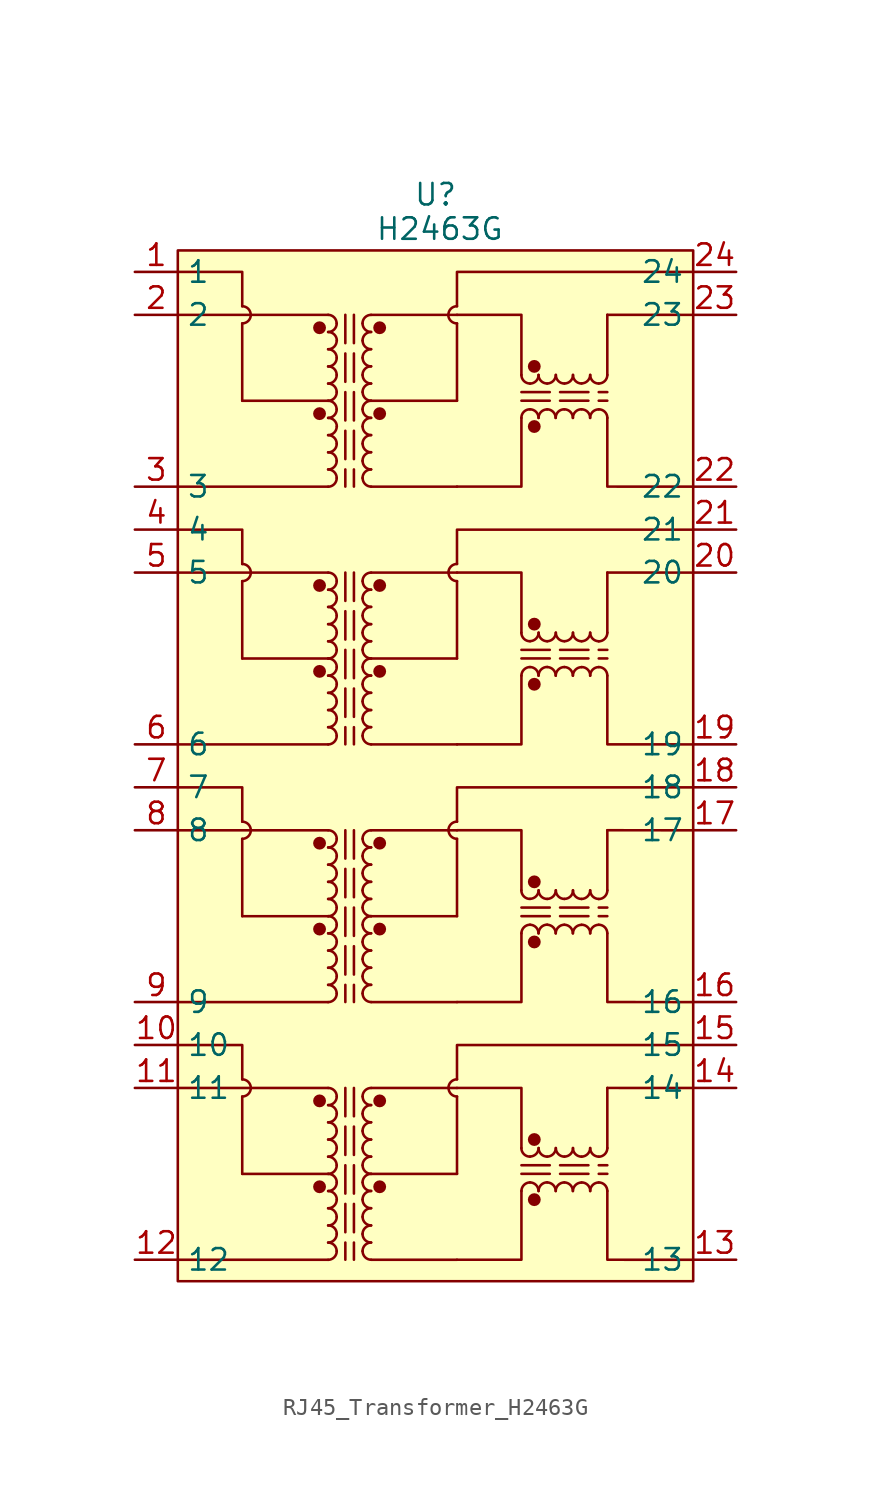
<source format=kicad_sym>
(kicad_symbol_lib
  (version 20231120)
  (generator "kicad_symbol_editor")
  (generator_version "8.0")
  (symbol "RJ45_Transformer_H2463G"
    (property "Reference" "U"
      (at 0 33.782 0)
      (effects (font (size 1.27 1.27))))
    (property "Value" "H2463G"
      (at 0.254 31.75 0)
      (effects (font (size 1.27 1.27))))
    (symbol "RJ45_Transformer_H2463G_0_1"
      (arc (start -6.35 16.512) (mid -5.9908 16.6608) (end -5.842 17.02) (stroke (width 0) (type default)) (fill (type none)))
      (arc (start -6.35 17.528) (mid -5.9908 17.6768) (end -5.842 18.036) (stroke (width 0) (type default)) (fill (type none)))
      (arc (start -6.35 18.542) (mid -5.9908 18.6908) (end -5.842 19.05) (stroke (width 0) (type default)) (fill (type none)))
      (arc (start -6.35 19.56) (mid -5.9908 19.7088) (end -5.842 20.068) (stroke (width 0) (type default)) (fill (type none)))
      (arc (start -6.35 20.576) (mid -5.9908 20.7248) (end -5.842 21.084) (stroke (width 0) (type default)) (fill (type none)))
      (arc (start -6.35 21.592) (mid -5.9908 21.7408) (end -5.842 22.1) (stroke (width 0) (type default)) (fill (type none)))
      (arc (start -6.35 22.608) (mid -5.9908 22.7568) (end -5.842 23.116) (stroke (width 0) (type default)) (fill (type none)))
      (arc (start -6.35 23.622) (mid -5.9908 23.7708) (end -5.842 24.13) (stroke (width 0) (type default)) (fill (type none)))
      (arc (start -6.35 24.64) (mid -5.9908 24.7888) (end -5.842 25.148) (stroke (width 0) (type default)) (fill (type none)))
      (arc (start -6.35 25.656) (mid -5.9908 25.8048) (end -5.842 26.164) (stroke (width 0) (type default)) (fill (type none)))
      (arc (start -6.349 -29.211) (mid -5.9898 -29.0622) (end -5.841 -28.703) (stroke (width 0) (type default)) (fill (type none)))
      (arc (start -6.349 -28.195) (mid -5.9898 -28.0462) (end -5.841 -27.687) (stroke (width 0) (type default)) (fill (type none)))
      (arc (start -6.349 -27.181) (mid -5.9898 -27.0322) (end -5.841 -26.673) (stroke (width 0) (type default)) (fill (type none)))
      (arc (start -6.349 -26.163) (mid -5.9898 -26.0142) (end -5.841 -25.655) (stroke (width 0) (type default)) (fill (type none)))
      (arc (start -6.349 -25.147) (mid -5.9898 -24.9982) (end -5.841 -24.639) (stroke (width 0) (type default)) (fill (type none)))
      (arc (start -6.349 -24.131) (mid -5.9898 -23.9822) (end -5.841 -23.623) (stroke (width 0) (type default)) (fill (type none)))
      (arc (start -6.349 -23.115) (mid -5.9898 -22.9662) (end -5.841 -22.607) (stroke (width 0) (type default)) (fill (type none)))
      (arc (start -6.349 -22.101) (mid -5.9898 -21.9522) (end -5.841 -21.593) (stroke (width 0) (type default)) (fill (type none)))
      (arc (start -6.349 -21.083) (mid -5.9898 -20.9342) (end -5.841 -20.575) (stroke (width 0) (type default)) (fill (type none)))
      (arc (start -6.349 -20.067) (mid -5.9898 -19.9182) (end -5.841 -19.559) (stroke (width 0) (type default)) (fill (type none)))
      (arc (start -6.349 -13.971) (mid -5.9898 -13.8222) (end -5.841 -13.463) (stroke (width 0) (type default)) (fill (type none)))
      (arc (start -6.349 -12.955) (mid -5.9898 -12.8062) (end -5.841 -12.447) (stroke (width 0) (type default)) (fill (type none)))
      (arc (start -6.349 -11.941) (mid -5.9898 -11.7922) (end -5.841 -11.433) (stroke (width 0) (type default)) (fill (type none)))
      (arc (start -6.349 -10.923) (mid -5.9898 -10.7742) (end -5.841 -10.415) (stroke (width 0) (type default)) (fill (type none)))
      (arc (start -6.349 -9.907) (mid -5.9898 -9.7582) (end -5.841 -9.399) (stroke (width 0) (type default)) (fill (type none)))
      (arc (start -6.349 -8.891) (mid -5.9898 -8.7422) (end -5.841 -8.383) (stroke (width 0) (type default)) (fill (type none)))
      (arc (start -6.349 -7.875) (mid -5.9898 -7.7262) (end -5.841 -7.367) (stroke (width 0) (type default)) (fill (type none)))
      (arc (start -6.349 -6.861) (mid -5.9898 -6.7122) (end -5.841 -6.353) (stroke (width 0) (type default)) (fill (type none)))
      (arc (start -6.349 -5.843) (mid -5.9898 -5.6942) (end -5.841 -5.335) (stroke (width 0) (type default)) (fill (type none)))
      (arc (start -6.349 -4.827) (mid -5.9898 -4.6782) (end -5.841 -4.319) (stroke (width 0) (type default)) (fill (type none)))
      (arc (start -6.349 1.269) (mid -5.9898 1.4178) (end -5.841 1.777) (stroke (width 0) (type default)) (fill (type none)))
      (arc (start -6.349 2.285) (mid -5.9898 2.4338) (end -5.841 2.793) (stroke (width 0) (type default)) (fill (type none)))
      (arc (start -6.349 3.299) (mid -5.9898 3.4478) (end -5.841 3.807) (stroke (width 0) (type default)) (fill (type none)))
      (arc (start -6.349 4.317) (mid -5.9898 4.4658) (end -5.841 4.825) (stroke (width 0) (type default)) (fill (type none)))
      (arc (start -6.349 5.333) (mid -5.9898 5.4818) (end -5.841 5.841) (stroke (width 0) (type default)) (fill (type none)))
      (arc (start -6.349 6.349) (mid -5.9898 6.4978) (end -5.841 6.857) (stroke (width 0) (type default)) (fill (type none)))
      (arc (start -6.349 7.365) (mid -5.9898 7.5138) (end -5.841 7.873) (stroke (width 0) (type default)) (fill (type none)))
      (arc (start -6.349 8.379) (mid -5.9898 8.5278) (end -5.841 8.887) (stroke (width 0) (type default)) (fill (type none)))
      (arc (start -6.349 9.397) (mid -5.9898 9.5458) (end -5.841 9.905) (stroke (width 0) (type default)) (fill (type none)))
      (arc (start -6.349 10.413) (mid -5.9898 10.5618) (end -5.841 10.921) (stroke (width 0) (type default)) (fill (type none)))
      (arc (start -5.842 17.02) (mid -5.9908 17.3792) (end -6.35 17.528) (stroke (width 0) (type default)) (fill (type none)))
      (arc (start -5.842 18.036) (mid -5.9894 18.3978) (end -6.35 18.544) (stroke (width 0) (type default)) (fill (type none)))
      (arc (start -5.842 19.05) (mid -5.9908 19.4092) (end -6.35 19.558) (stroke (width 0) (type default)) (fill (type none)))
      (arc (start -5.842 20.068) (mid -5.9901 20.4285) (end -6.35 20.576) (stroke (width 0) (type default)) (fill (type none)))
      (arc (start -5.842 21.084) (mid -5.9905 21.4435) (end -6.35 21.592) (stroke (width 0) (type default)) (fill (type none)))
      (arc (start -5.842 22.1) (mid -5.9908 22.4592) (end -6.35 22.608) (stroke (width 0) (type default)) (fill (type none)))
      (arc (start -5.842 23.116) (mid -5.9894 23.4778) (end -6.35 23.624) (stroke (width 0) (type default)) (fill (type none)))
      (arc (start -5.842 24.13) (mid -5.9908 24.4892) (end -6.35 24.638) (stroke (width 0) (type default)) (fill (type none)))
      (arc (start -5.842 25.148) (mid -5.9901 25.5085) (end -6.35 25.656) (stroke (width 0) (type default)) (fill (type none)))
      (arc (start -5.842 26.164) (mid -5.9905 26.5235) (end -6.35 26.672) (stroke (width 0) (type default)) (fill (type none)))
      (arc (start -5.841 -28.703) (mid -5.9898 -28.3438) (end -6.349 -28.195) (stroke (width 0) (type default)) (fill (type none)))
      (arc (start -5.841 -27.687) (mid -5.9884 -27.3252) (end -6.349 -27.179) (stroke (width 0) (type default)) (fill (type none)))
      (arc (start -5.841 -26.673) (mid -5.9898 -26.3138) (end -6.349 -26.165) (stroke (width 0) (type default)) (fill (type none)))
      (arc (start -5.841 -25.655) (mid -5.9891 -25.2945) (end -6.349 -25.147) (stroke (width 0) (type default)) (fill (type none)))
      (arc (start -5.841 -24.639) (mid -5.9895 -24.2795) (end -6.349 -24.131) (stroke (width 0) (type default)) (fill (type none)))
      (arc (start -5.841 -23.623) (mid -5.9898 -23.2638) (end -6.349 -23.115) (stroke (width 0) (type default)) (fill (type none)))
      (arc (start -5.841 -22.607) (mid -5.9884 -22.2452) (end -6.349 -22.099) (stroke (width 0) (type default)) (fill (type none)))
      (arc (start -5.841 -21.593) (mid -5.9898 -21.2338) (end -6.349 -21.085) (stroke (width 0) (type default)) (fill (type none)))
      (arc (start -5.841 -20.575) (mid -5.9891 -20.2145) (end -6.349 -20.067) (stroke (width 0) (type default)) (fill (type none)))
      (arc (start -5.841 -19.559) (mid -5.9895 -19.1995) (end -6.349 -19.051) (stroke (width 0) (type default)) (fill (type none)))
      (arc (start -5.841 -13.463) (mid -5.9898 -13.1038) (end -6.349 -12.955) (stroke (width 0) (type default)) (fill (type none)))
      (arc (start -5.841 -12.447) (mid -5.9884 -12.0852) (end -6.349 -11.939) (stroke (width 0) (type default)) (fill (type none)))
      (arc (start -5.841 -11.433) (mid -5.9898 -11.0738) (end -6.349 -10.925) (stroke (width 0) (type default)) (fill (type none)))
      (arc (start -5.841 -10.415) (mid -5.9891 -10.0545) (end -6.349 -9.907) (stroke (width 0) (type default)) (fill (type none)))
      (arc (start -5.841 -9.399) (mid -5.9895 -9.0395) (end -6.349 -8.891) (stroke (width 0) (type default)) (fill (type none)))
      (arc (start -5.841 -8.383) (mid -5.9898 -8.0238) (end -6.349 -7.875) (stroke (width 0) (type default)) (fill (type none)))
      (arc (start -5.841 -7.367) (mid -5.9884 -7.0052) (end -6.349 -6.859) (stroke (width 0) (type default)) (fill (type none)))
      (arc (start -5.841 -6.353) (mid -5.9898 -5.9938) (end -6.349 -5.845) (stroke (width 0) (type default)) (fill (type none)))
      (arc (start -5.841 -5.335) (mid -5.9891 -4.9745) (end -6.349 -4.827) (stroke (width 0) (type default)) (fill (type none)))
      (arc (start -5.841 -4.319) (mid -5.9895 -3.9595) (end -6.349 -3.811) (stroke (width 0) (type default)) (fill (type none)))
      (arc (start -5.841 1.777) (mid -5.9898 2.1362) (end -6.349 2.285) (stroke (width 0) (type default)) (fill (type none)))
      (arc (start -5.841 2.793) (mid -5.9884 3.1548) (end -6.349 3.301) (stroke (width 0) (type default)) (fill (type none)))
      (arc (start -5.841 3.807) (mid -5.9898 4.1662) (end -6.349 4.315) (stroke (width 0) (type default)) (fill (type none)))
      (arc (start -5.841 4.825) (mid -5.9891 5.1855) (end -6.349 5.333) (stroke (width 0) (type default)) (fill (type none)))
      (arc (start -5.841 5.841) (mid -5.9895 6.2005) (end -6.349 6.349) (stroke (width 0) (type default)) (fill (type none)))
      (arc (start -5.841 6.857) (mid -5.9898 7.2162) (end -6.349 7.365) (stroke (width 0) (type default)) (fill (type none)))
      (arc (start -5.841 7.873) (mid -5.9884 8.2348) (end -6.349 8.381) (stroke (width 0) (type default)) (fill (type none)))
      (arc (start -5.841 8.887) (mid -5.9898 9.2462) (end -6.349 9.395) (stroke (width 0) (type default)) (fill (type none)))
      (arc (start -5.841 9.905) (mid -5.9891 10.2655) (end -6.349 10.413) (stroke (width 0) (type default)) (fill (type none)))
      (arc (start -5.841 10.921) (mid -5.9895 11.2805) (end -6.349 11.429) (stroke (width 0) (type default)) (fill (type none)))
      (arc (start -4.316 17.02) (mid -4.1672 16.6608) (end -3.808 16.512) (stroke (width 0) (type default)) (fill (type none)))
      (arc (start -4.316 18.036) (mid -4.1672 17.6768) (end -3.808 17.528) (stroke (width 0) (type default)) (fill (type none)))
      (arc (start -4.316 19.05) (mid -4.1672 18.6908) (end -3.808 18.542) (stroke (width 0) (type default)) (fill (type none)))
      (arc (start -4.316 20.068) (mid -4.1672 19.7088) (end -3.808 19.56) (stroke (width 0) (type default)) (fill (type none)))
      (arc (start -4.316 21.084) (mid -4.1672 20.7248) (end -3.808 20.576) (stroke (width 0) (type default)) (fill (type none)))
      (arc (start -4.316 22.1) (mid -4.1672 21.7408) (end -3.808 21.592) (stroke (width 0) (type default)) (fill (type none)))
      (arc (start -4.316 23.116) (mid -4.1672 22.7568) (end -3.808 22.608) (stroke (width 0) (type default)) (fill (type none)))
      (arc (start -4.316 24.13) (mid -4.1672 23.7708) (end -3.808 23.622) (stroke (width 0) (type default)) (fill (type none)))
      (arc (start -4.316 25.148) (mid -4.1672 24.7888) (end -3.808 24.64) (stroke (width 0) (type default)) (fill (type none)))
      (arc (start -4.316 26.164) (mid -4.1672 25.8048) (end -3.808 25.656) (stroke (width 0) (type default)) (fill (type none)))
      (arc (start -4.315 -28.703) (mid -4.1662 -29.0622) (end -3.807 -29.211) (stroke (width 0) (type default)) (fill (type none)))
      (arc (start -4.315 -27.687) (mid -4.1662 -28.0462) (end -3.807 -28.195) (stroke (width 0) (type default)) (fill (type none)))
      (arc (start -4.315 -26.673) (mid -4.1662 -27.0322) (end -3.807 -27.181) (stroke (width 0) (type default)) (fill (type none)))
      (arc (start -4.315 -25.655) (mid -4.1662 -26.0142) (end -3.807 -26.163) (stroke (width 0) (type default)) (fill (type none)))
      (arc (start -4.315 -24.639) (mid -4.1662 -24.9982) (end -3.807 -25.147) (stroke (width 0) (type default)) (fill (type none)))
      (arc (start -4.315 -23.623) (mid -4.1662 -23.9822) (end -3.807 -24.131) (stroke (width 0) (type default)) (fill (type none)))
      (arc (start -4.315 -22.607) (mid -4.1662 -22.9662) (end -3.807 -23.115) (stroke (width 0) (type default)) (fill (type none)))
      (arc (start -4.315 -21.593) (mid -4.1662 -21.9522) (end -3.807 -22.101) (stroke (width 0) (type default)) (fill (type none)))
      (arc (start -4.315 -20.575) (mid -4.1662 -20.9342) (end -3.807 -21.083) (stroke (width 0) (type default)) (fill (type none)))
      (arc (start -4.315 -19.559) (mid -4.1662 -19.9182) (end -3.807 -20.067) (stroke (width 0) (type default)) (fill (type none)))
      (arc (start -4.315 -13.463) (mid -4.1662 -13.8222) (end -3.807 -13.971) (stroke (width 0) (type default)) (fill (type none)))
      (arc (start -4.315 -12.447) (mid -4.1662 -12.8062) (end -3.807 -12.955) (stroke (width 0) (type default)) (fill (type none)))
      (arc (start -4.315 -11.433) (mid -4.1662 -11.7922) (end -3.807 -11.941) (stroke (width 0) (type default)) (fill (type none)))
      (arc (start -4.315 -10.415) (mid -4.1662 -10.7742) (end -3.807 -10.923) (stroke (width 0) (type default)) (fill (type none)))
      (arc (start -4.315 -9.399) (mid -4.1662 -9.7582) (end -3.807 -9.907) (stroke (width 0) (type default)) (fill (type none)))
      (arc (start -4.315 -8.383) (mid -4.1662 -8.7422) (end -3.807 -8.891) (stroke (width 0) (type default)) (fill (type none)))
      (arc (start -4.315 -7.367) (mid -4.1662 -7.7262) (end -3.807 -7.875) (stroke (width 0) (type default)) (fill (type none)))
      (arc (start -4.315 -6.353) (mid -4.1662 -6.7122) (end -3.807 -6.861) (stroke (width 0) (type default)) (fill (type none)))
      (arc (start -4.315 -5.335) (mid -4.1662 -5.6942) (end -3.807 -5.843) (stroke (width 0) (type default)) (fill (type none)))
      (arc (start -4.315 -4.319) (mid -4.1662 -4.6782) (end -3.807 -4.827) (stroke (width 0) (type default)) (fill (type none)))
      (arc (start -4.315 1.777) (mid -4.1662 1.4178) (end -3.807 1.269) (stroke (width 0) (type default)) (fill (type none)))
      (arc (start -4.315 2.793) (mid -4.1662 2.4338) (end -3.807 2.285) (stroke (width 0) (type default)) (fill (type none)))
      (arc (start -4.315 3.807) (mid -4.1662 3.4478) (end -3.807 3.299) (stroke (width 0) (type default)) (fill (type none)))
      (arc (start -4.315 4.825) (mid -4.1662 4.4658) (end -3.807 4.317) (stroke (width 0) (type default)) (fill (type none)))
      (arc (start -4.315 5.841) (mid -4.1662 5.4818) (end -3.807 5.333) (stroke (width 0) (type default)) (fill (type none)))
      (arc (start -4.315 6.857) (mid -4.1662 6.4978) (end -3.807 6.349) (stroke (width 0) (type default)) (fill (type none)))
      (arc (start -4.315 7.873) (mid -4.1662 7.5138) (end -3.807 7.365) (stroke (width 0) (type default)) (fill (type none)))
      (arc (start -4.315 8.887) (mid -4.1662 8.5278) (end -3.807 8.379) (stroke (width 0) (type default)) (fill (type none)))
      (arc (start -4.315 9.905) (mid -4.1662 9.5458) (end -3.807 9.397) (stroke (width 0) (type default)) (fill (type none)))
      (arc (start -4.315 10.921) (mid -4.1662 10.5618) (end -3.807 10.413) (stroke (width 0) (type default)) (fill (type none)))
      (arc (start -3.808 17.528) (mid -4.1672 17.3792) (end -4.316 17.02) (stroke (width 0) (type default)) (fill (type none)))
      (arc (start -3.808 18.544) (mid -4.1658 18.395) (end -4.316 18.036) (stroke (width 0) (type default)) (fill (type none)))
      (arc (start -3.808 19.558) (mid -4.1672 19.4092) (end -4.316 19.05) (stroke (width 0) (type default)) (fill (type none)))
      (arc (start -3.808 20.576) (mid -4.1665 20.4271) (end -4.316 20.068) (stroke (width 0) (type default)) (fill (type none)))
      (arc (start -3.808 21.592) (mid -4.1675 21.4435) (end -4.316 21.084) (stroke (width 0) (type default)) (fill (type none)))
      (arc (start -3.808 22.608) (mid -4.1672 22.4592) (end -4.316 22.1) (stroke (width 0) (type default)) (fill (type none)))
      (arc (start -3.808 23.624) (mid -4.1658 23.475) (end -4.316 23.116) (stroke (width 0) (type default)) (fill (type none)))
      (arc (start -3.808 24.638) (mid -4.1672 24.4892) (end -4.316 24.13) (stroke (width 0) (type default)) (fill (type none)))
      (arc (start -3.808 25.656) (mid -4.1665 25.5071) (end -4.316 25.148) (stroke (width 0) (type default)) (fill (type none)))
      (arc (start -3.808 26.672) (mid -4.1675 26.5235) (end -4.316 26.164) (stroke (width 0) (type default)) (fill (type none)))
      (arc (start -3.807 -28.195) (mid -4.1662 -28.3438) (end -4.315 -28.703) (stroke (width 0) (type default)) (fill (type none)))
      (arc (start -3.807 -27.179) (mid -4.1648 -27.328) (end -4.315 -27.687) (stroke (width 0) (type default)) (fill (type none)))
      (arc (start -3.807 -26.165) (mid -4.1662 -26.3138) (end -4.315 -26.673) (stroke (width 0) (type default)) (fill (type none)))
      (arc (start -3.807 -25.147) (mid -4.1655 -25.2959) (end -4.315 -25.655) (stroke (width 0) (type default)) (fill (type none)))
      (arc (start -3.807 -24.131) (mid -4.1665 -24.2795) (end -4.315 -24.639) (stroke (width 0) (type default)) (fill (type none)))
      (arc (start -3.807 -23.115) (mid -4.1662 -23.2638) (end -4.315 -23.623) (stroke (width 0) (type default)) (fill (type none)))
      (arc (start -3.807 -22.099) (mid -4.1648 -22.248) (end -4.315 -22.607) (stroke (width 0) (type default)) (fill (type none)))
      (arc (start -3.807 -21.085) (mid -4.1662 -21.2338) (end -4.315 -21.593) (stroke (width 0) (type default)) (fill (type none)))
      (arc (start -3.807 -20.067) (mid -4.1655 -20.2159) (end -4.315 -20.575) (stroke (width 0) (type default)) (fill (type none)))
      (arc (start -3.807 -19.051) (mid -4.1665 -19.1995) (end -4.315 -19.559) (stroke (width 0) (type default)) (fill (type none)))
      (arc (start -3.807 -12.955) (mid -4.1662 -13.1038) (end -4.315 -13.463) (stroke (width 0) (type default)) (fill (type none)))
      (arc (start -3.807 -11.939) (mid -4.1648 -12.088) (end -4.315 -12.447) (stroke (width 0) (type default)) (fill (type none)))
      (arc (start -3.807 -10.925) (mid -4.1662 -11.0738) (end -4.315 -11.433) (stroke (width 0) (type default)) (fill (type none)))
      (arc (start -3.807 -9.907) (mid -4.1655 -10.0559) (end -4.315 -10.415) (stroke (width 0) (type default)) (fill (type none)))
      (arc (start -3.807 -8.891) (mid -4.1665 -9.0395) (end -4.315 -9.399) (stroke (width 0) (type default)) (fill (type none)))
      (arc (start -3.807 -7.875) (mid -4.1662 -8.0238) (end -4.315 -8.383) (stroke (width 0) (type default)) (fill (type none)))
      (arc (start -3.807 -6.859) (mid -4.1648 -7.008) (end -4.315 -7.367) (stroke (width 0) (type default)) (fill (type none)))
      (arc (start -3.807 -5.845) (mid -4.1662 -5.9938) (end -4.315 -6.353) (stroke (width 0) (type default)) (fill (type none)))
      (arc (start -3.807 -4.827) (mid -4.1655 -4.9759) (end -4.315 -5.335) (stroke (width 0) (type default)) (fill (type none)))
      (arc (start -3.807 -3.811) (mid -4.1665 -3.9595) (end -4.315 -4.319) (stroke (width 0) (type default)) (fill (type none)))
      (arc (start -3.807 2.285) (mid -4.1662 2.1362) (end -4.315 1.777) (stroke (width 0) (type default)) (fill (type none)))
      (arc (start -3.807 3.301) (mid -4.1648 3.152) (end -4.315 2.793) (stroke (width 0) (type default)) (fill (type none)))
      (arc (start -3.807 4.315) (mid -4.1662 4.1662) (end -4.315 3.807) (stroke (width 0) (type default)) (fill (type none)))
      (arc (start -3.807 5.333) (mid -4.1655 5.1841) (end -4.315 4.825) (stroke (width 0) (type default)) (fill (type none)))
      (arc (start -3.807 6.349) (mid -4.1665 6.2005) (end -4.315 5.841) (stroke (width 0) (type default)) (fill (type none)))
      (arc (start -3.807 7.365) (mid -4.1662 7.2162) (end -4.315 6.857) (stroke (width 0) (type default)) (fill (type none)))
      (arc (start -3.807 8.381) (mid -4.1648 8.232) (end -4.315 7.873) (stroke (width 0) (type default)) (fill (type none)))
      (arc (start -3.807 9.395) (mid -4.1662 9.2462) (end -4.315 8.887) (stroke (width 0) (type default)) (fill (type none)))
      (arc (start -3.807 10.413) (mid -4.1655 10.2641) (end -4.315 9.905) (stroke (width 0) (type default)) (fill (type none)))
      (arc (start -3.807 11.429) (mid -4.1665 11.2805) (end -4.315 10.921) (stroke (width 0) (type default)) (fill (type none)))
      (polyline (pts (xy -6.35 16.51) (xy -15.24 16.51)) (stroke (width 0) (type default)) (fill (type none)))
      (polyline (pts (xy -6.35 21.59) (xy -11.43 21.59)) (stroke (width 0) (type default)) (fill (type none)))
      (polyline (pts (xy -6.35 26.67) (xy -15.24 26.67)) (stroke (width 0) (type default)) (fill (type none)))
      (polyline (pts (xy -6.349 -29.213) (xy -15.239 -29.213)) (stroke (width 0) (type default)) (fill (type none)))
      (polyline (pts (xy -6.349 -24.133) (xy -11.429 -24.133)) (stroke (width 0) (type default)) (fill (type none)))
      (polyline (pts (xy -6.349 -19.053) (xy -15.239 -19.053)) (stroke (width 0) (type default)) (fill (type none)))
      (polyline (pts (xy -6.349 -13.973) (xy -15.239 -13.973)) (stroke (width 0) (type default)) (fill (type none)))
      (polyline (pts (xy -6.349 -8.893) (xy -11.429 -8.893)) (stroke (width 0) (type default)) (fill (type none)))
      (polyline (pts (xy -6.349 -3.813) (xy -15.239 -3.813)) (stroke (width 0) (type default)) (fill (type none)))
      (polyline (pts (xy -6.349 1.267) (xy -15.239 1.267)) (stroke (width 0) (type default)) (fill (type none)))
      (polyline (pts (xy -6.349 6.347) (xy -11.429 6.347)) (stroke (width 0) (type default)) (fill (type none)))
      (polyline (pts (xy -6.349 11.427) (xy -15.239 11.427)) (stroke (width 0) (type default)) (fill (type none)))
      (polyline (pts (xy -5.333 26.673) (xy -5.333 16.513)) (stroke (width 0) (type dash)) (fill (type none)))
      (polyline (pts (xy -5.332 -19.05) (xy -5.332 -29.21)) (stroke (width 0) (type dash)) (fill (type none)))
      (polyline (pts (xy -5.332 -3.81) (xy -5.332 -13.97)) (stroke (width 0) (type dash)) (fill (type none)))
      (polyline (pts (xy -5.332 11.43) (xy -5.332 1.27)) (stroke (width 0) (type dash)) (fill (type none)))
      (polyline (pts (xy -3.808 16.51) (xy 1.272 16.51)) (stroke (width 0) (type default)) (fill (type none)))
      (polyline (pts (xy -3.808 21.59) (xy 1.272 21.59)) (stroke (width 0) (type default)) (fill (type none)))
      (polyline (pts (xy -3.808 26.67) (xy 1.272 26.67)) (stroke (width 0) (type default)) (fill (type none)))
      (polyline (pts (xy -3.807 -29.213) (xy 1.273 -29.213)) (stroke (width 0) (type default)) (fill (type none)))
      (polyline (pts (xy -3.807 -24.133) (xy 1.273 -24.133)) (stroke (width 0) (type default)) (fill (type none)))
      (polyline (pts (xy -3.807 -19.053) (xy 1.273 -19.053)) (stroke (width 0) (type default)) (fill (type none)))
      (polyline (pts (xy -3.807 -13.973) (xy 1.273 -13.973)) (stroke (width 0) (type default)) (fill (type none)))
      (polyline (pts (xy -3.807 -8.893) (xy 1.273 -8.893)) (stroke (width 0) (type default)) (fill (type none)))
      (polyline (pts (xy -3.807 -3.813) (xy 1.273 -3.813)) (stroke (width 0) (type default)) (fill (type none)))
      (polyline (pts (xy -3.807 1.267) (xy 1.273 1.267)) (stroke (width 0) (type default)) (fill (type none)))
      (polyline (pts (xy -3.807 6.347) (xy 1.273 6.347)) (stroke (width 0) (type default)) (fill (type none)))
      (polyline (pts (xy -3.807 11.427) (xy 1.273 11.427)) (stroke (width 0) (type default)) (fill (type none)))
      (polyline (pts (xy 5.081 21.593) (xy 10.161 21.593)) (stroke (width 0) (type dash)) (fill (type none)))
      (polyline (pts (xy 5.082 -24.13) (xy 10.162 -24.13)) (stroke (width 0) (type dash)) (fill (type none)))
      (polyline (pts (xy 5.082 -8.89) (xy 10.162 -8.89)) (stroke (width 0) (type dash)) (fill (type none)))
      (polyline (pts (xy 5.082 6.35) (xy 10.162 6.35)) (stroke (width 0) (type dash)) (fill (type none)))
      (arc (start 5.082 23.118) (mid 5.2305 22.7585) (end 5.59 22.61) (stroke (width 0) (type default)) (fill (type none)))
      (arc (start 5.083 -22.605) (mid 5.2315 -22.9645) (end 5.591 -23.113) (stroke (width 0) (type default)) (fill (type none)))
      (arc (start 5.083 -7.365) (mid 5.2315 -7.7245) (end 5.591 -7.873) (stroke (width 0) (type default)) (fill (type none)))
      (arc (start 5.083 7.875) (mid 5.2315 7.5155) (end 5.591 7.367) (stroke (width 0) (type default)) (fill (type none)))
      (arc (start 5.588 21.084) (mid 5.2288 20.9352) (end 5.08 20.576) (stroke (width 0) (type default)) (fill (type none)))
      (arc (start 5.589 -24.639) (mid 5.2298 -24.7878) (end 5.081 -25.147) (stroke (width 0) (type default)) (fill (type none)))
      (arc (start 5.589 -9.399) (mid 5.2298 -9.5478) (end 5.081 -9.907) (stroke (width 0) (type default)) (fill (type none)))
      (arc (start 5.589 5.841) (mid 5.2298 5.6922) (end 5.081 5.333) (stroke (width 0) (type default)) (fill (type none)))
      (arc (start 5.59 22.61) (mid 5.9492 22.7588) (end 6.098 23.118) (stroke (width 0) (type default)) (fill (type none)))
      (arc (start 5.591 -23.113) (mid 5.9502 -22.9642) (end 6.099 -22.605) (stroke (width 0) (type default)) (fill (type none)))
      (arc (start 5.591 -7.873) (mid 5.9502 -7.7242) (end 6.099 -7.365) (stroke (width 0) (type default)) (fill (type none)))
      (arc (start 5.591 7.367) (mid 5.9502 7.5158) (end 6.099 7.875) (stroke (width 0) (type default)) (fill (type none)))
      (arc (start 6.096 20.576) (mid 5.9472 20.9352) (end 5.588 21.084) (stroke (width 0) (type default)) (fill (type none)))
      (arc (start 6.097 -25.147) (mid 5.9482 -24.7878) (end 5.589 -24.639) (stroke (width 0) (type default)) (fill (type none)))
      (arc (start 6.097 -9.907) (mid 5.9482 -9.5478) (end 5.589 -9.399) (stroke (width 0) (type default)) (fill (type none)))
      (arc (start 6.097 5.333) (mid 5.9482 5.6922) (end 5.589 5.841) (stroke (width 0) (type default)) (fill (type none)))
      (arc (start 6.098 23.118) (mid 6.2469 22.7595) (end 6.606 22.61) (stroke (width 0) (type default)) (fill (type none)))
      (arc (start 6.099 -22.605) (mid 6.2479 -22.9635) (end 6.607 -23.113) (stroke (width 0) (type default)) (fill (type none)))
      (arc (start 6.099 -7.365) (mid 6.2479 -7.7235) (end 6.607 -7.873) (stroke (width 0) (type default)) (fill (type none)))
      (arc (start 6.099 7.875) (mid 6.2479 7.5165) (end 6.607 7.367) (stroke (width 0) (type default)) (fill (type none)))
      (arc (start 6.604 21.084) (mid 6.2448 20.9352) (end 6.096 20.576) (stroke (width 0) (type default)) (fill (type none)))
      (arc (start 6.605 -24.639) (mid 6.2458 -24.7878) (end 6.097 -25.147) (stroke (width 0) (type default)) (fill (type none)))
      (arc (start 6.605 -9.399) (mid 6.2458 -9.5478) (end 6.097 -9.907) (stroke (width 0) (type default)) (fill (type none)))
      (arc (start 6.605 5.841) (mid 6.2458 5.6922) (end 6.097 5.333) (stroke (width 0) (type default)) (fill (type none)))
      (arc (start 6.606 22.61) (mid 6.9652 22.7588) (end 7.114 23.118) (stroke (width 0) (type default)) (fill (type none)))
      (arc (start 6.607 -23.113) (mid 6.9662 -22.9642) (end 7.115 -22.605) (stroke (width 0) (type default)) (fill (type none)))
      (arc (start 6.607 -7.873) (mid 6.9662 -7.7242) (end 7.115 -7.365) (stroke (width 0) (type default)) (fill (type none)))
      (arc (start 6.607 7.367) (mid 6.9662 7.5158) (end 7.115 7.875) (stroke (width 0) (type default)) (fill (type none)))
      (arc (start 7.112 20.576) (mid 6.963 20.9338) (end 6.604 21.084) (stroke (width 0) (type default)) (fill (type none)))
      (arc (start 7.113 -25.147) (mid 6.964 -24.7892) (end 6.605 -24.639) (stroke (width 0) (type default)) (fill (type none)))
      (arc (start 7.113 -9.907) (mid 6.964 -9.5492) (end 6.605 -9.399) (stroke (width 0) (type default)) (fill (type none)))
      (arc (start 7.113 5.333) (mid 6.964 5.6908) (end 6.605 5.841) (stroke (width 0) (type default)) (fill (type none)))
      (arc (start 7.116 23.118) (mid 7.2648 22.7588) (end 7.624 22.61) (stroke (width 0) (type default)) (fill (type none)))
      (arc (start 7.117 -22.605) (mid 7.2658 -22.9642) (end 7.625 -23.113) (stroke (width 0) (type default)) (fill (type none)))
      (arc (start 7.117 -7.365) (mid 7.2658 -7.7242) (end 7.625 -7.873) (stroke (width 0) (type default)) (fill (type none)))
      (arc (start 7.117 7.875) (mid 7.2658 7.5158) (end 7.625 7.367) (stroke (width 0) (type default)) (fill (type none)))
      (arc (start 7.618 21.084) (mid 7.2588 20.9352) (end 7.11 20.576) (stroke (width 0) (type default)) (fill (type none)))
      (arc (start 7.619 -24.639) (mid 7.2598 -24.7878) (end 7.111 -25.147) (stroke (width 0) (type default)) (fill (type none)))
      (arc (start 7.619 -9.399) (mid 7.2598 -9.5478) (end 7.111 -9.907) (stroke (width 0) (type default)) (fill (type none)))
      (arc (start 7.619 5.841) (mid 7.2598 5.6922) (end 7.111 5.333) (stroke (width 0) (type default)) (fill (type none)))
      (arc (start 7.624 22.61) (mid 7.9832 22.7588) (end 8.132 23.118) (stroke (width 0) (type default)) (fill (type none)))
      (arc (start 7.625 -23.113) (mid 7.9842 -22.9642) (end 8.133 -22.605) (stroke (width 0) (type default)) (fill (type none)))
      (arc (start 7.625 -7.873) (mid 7.9842 -7.7242) (end 8.133 -7.365) (stroke (width 0) (type default)) (fill (type none)))
      (arc (start 7.625 7.367) (mid 7.9842 7.5158) (end 8.133 7.875) (stroke (width 0) (type default)) (fill (type none)))
      (arc (start 8.126 20.576) (mid 7.9772 20.9352) (end 7.618 21.084) (stroke (width 0) (type default)) (fill (type none)))
      (arc (start 8.127 -25.147) (mid 7.9782 -24.7878) (end 7.619 -24.639) (stroke (width 0) (type default)) (fill (type none)))
      (arc (start 8.127 -9.907) (mid 7.9782 -9.5478) (end 7.619 -9.399) (stroke (width 0) (type default)) (fill (type none)))
      (arc (start 8.127 5.333) (mid 7.9782 5.6922) (end 7.619 5.841) (stroke (width 0) (type default)) (fill (type none)))
      (arc (start 8.13 23.118) (mid 8.279 22.7602) (end 8.638 22.61) (stroke (width 0) (type default)) (fill (type none)))
      (arc (start 8.131 -22.605) (mid 8.28 -22.9628) (end 8.639 -23.113) (stroke (width 0) (type default)) (fill (type none)))
      (arc (start 8.131 -7.365) (mid 8.28 -7.7228) (end 8.639 -7.873) (stroke (width 0) (type default)) (fill (type none)))
      (arc (start 8.131 7.875) (mid 8.28 7.5172) (end 8.639 7.367) (stroke (width 0) (type default)) (fill (type none)))
      (arc (start 8.636 21.084) (mid 8.2768 20.9352) (end 8.128 20.576) (stroke (width 0) (type default)) (fill (type none)))
      (arc (start 8.637 -24.639) (mid 8.2778 -24.7878) (end 8.129 -25.147) (stroke (width 0) (type default)) (fill (type none)))
      (arc (start 8.637 -9.399) (mid 8.2778 -9.5478) (end 8.129 -9.907) (stroke (width 0) (type default)) (fill (type none)))
      (arc (start 8.637 5.841) (mid 8.2778 5.6922) (end 8.129 5.333) (stroke (width 0) (type default)) (fill (type none)))
      (arc (start 8.638 22.61) (mid 8.9972 22.7588) (end 9.146 23.118) (stroke (width 0) (type default)) (fill (type none)))
      (arc (start 8.639 -23.113) (mid 8.9982 -22.9642) (end 9.147 -22.605) (stroke (width 0) (type default)) (fill (type none)))
      (arc (start 8.639 -7.873) (mid 8.9982 -7.7242) (end 9.147 -7.365) (stroke (width 0) (type default)) (fill (type none)))
      (arc (start 8.639 7.367) (mid 8.9982 7.5158) (end 9.147 7.875) (stroke (width 0) (type default)) (fill (type none)))
      (arc (start 9.144 20.576) (mid 8.9951 20.9345) (end 8.636 21.084) (stroke (width 0) (type default)) (fill (type none)))
      (arc (start 9.145 -25.147) (mid 8.9961 -24.7885) (end 8.637 -24.639) (stroke (width 0) (type default)) (fill (type none)))
      (arc (start 9.145 -9.907) (mid 8.9961 -9.5485) (end 8.637 -9.399) (stroke (width 0) (type default)) (fill (type none)))
      (arc (start 9.145 5.333) (mid 8.9961 5.6915) (end 8.637 5.841) (stroke (width 0) (type default)) (fill (type none)))
      (arc (start 9.146 23.118) (mid 9.2948 22.7588) (end 9.654 22.61) (stroke (width 0) (type default)) (fill (type none)))
      (arc (start 9.147 -22.605) (mid 9.2958 -22.9642) (end 9.655 -23.113) (stroke (width 0) (type default)) (fill (type none)))
      (arc (start 9.147 -7.365) (mid 9.2958 -7.7242) (end 9.655 -7.873) (stroke (width 0) (type default)) (fill (type none)))
      (arc (start 9.147 7.875) (mid 9.2958 7.5158) (end 9.655 7.367) (stroke (width 0) (type default)) (fill (type none)))
      (arc (start 9.652 21.084) (mid 9.2928 20.9352) (end 9.144 20.576) (stroke (width 0) (type default)) (fill (type none)))
      (arc (start 9.653 -24.639) (mid 9.2938 -24.7878) (end 9.145 -25.147) (stroke (width 0) (type default)) (fill (type none)))
      (arc (start 9.653 -9.399) (mid 9.2938 -9.5478) (end 9.145 -9.907) (stroke (width 0) (type default)) (fill (type none)))
      (arc (start 9.653 5.841) (mid 9.2938 5.6922) (end 9.145 5.333) (stroke (width 0) (type default)) (fill (type none)))
      (arc (start 9.654 22.61) (mid 10.0132 22.7588) (end 10.162 23.118) (stroke (width 0) (type default)) (fill (type none)))
      (arc (start 9.655 -23.113) (mid 10.0142 -22.9642) (end 10.163 -22.605) (stroke (width 0) (type default)) (fill (type none)))
      (arc (start 9.655 -7.873) (mid 10.0142 -7.7242) (end 10.163 -7.365) (stroke (width 0) (type default)) (fill (type none)))
      (arc (start 9.655 7.367) (mid 10.0142 7.5158) (end 10.163 7.875) (stroke (width 0) (type default)) (fill (type none)))
      (arc (start 10.16 20.576) (mid 10.0115 20.9355) (end 9.652 21.084) (stroke (width 0) (type default)) (fill (type none)))
      (arc (start 10.161 -25.147) (mid 10.0125 -24.7875) (end 9.653 -24.639) (stroke (width 0) (type default)) (fill (type none)))
      (arc (start 10.161 -9.907) (mid 10.0125 -9.5475) (end 9.653 -9.399) (stroke (width 0) (type default)) (fill (type none)))
      (arc (start 10.161 5.333) (mid 10.0125 5.6925) (end 9.653 5.841) (stroke (width 0) (type default)) (fill (type none))))
    (symbol "RJ45_Transformer_H2463G_1_1"
      (rectangle (start -15.24 30.48) (end 15.24 -30.48) (stroke (width 0) (type default)) (fill (type background)))
      (arc (start -11.431 26.165) (mid -11.0718 26.3138) (end -10.923 26.673) (stroke (width 0) (type default)) (fill (type none)))
      (arc (start -11.43 -19.558) (mid -11.0708 -19.4092) (end -10.922 -19.05) (stroke (width 0) (type default)) (fill (type none)))
      (arc (start -11.43 -4.318) (mid -11.0708 -4.1692) (end -10.922 -3.81) (stroke (width 0) (type default)) (fill (type none)))
      (arc (start -11.43 10.922) (mid -11.0708 11.0708) (end -10.922 11.43) (stroke (width 0) (type default)) (fill (type none)))
      (arc (start -10.923 26.673) (mid -11.0718 27.0322) (end -11.431 27.181) (stroke (width 0) (type default)) (fill (type none)))
      (arc (start -10.922 -19.05) (mid -11.0708 -18.6908) (end -11.43 -18.542) (stroke (width 0) (type default)) (fill (type none)))
      (arc (start -10.922 -3.81) (mid -11.0708 -3.4508) (end -11.43 -3.302) (stroke (width 0) (type default)) (fill (type none)))
      (arc (start -10.922 11.43) (mid -11.0708 11.7892) (end -11.43 11.938) (stroke (width 0) (type default)) (fill (type none)))
      (circle (center -6.858 20.828) (radius 0.0001) (stroke (width 0.381) (type default)) (fill (type none)))
      (circle (center -6.858 25.908) (radius 0.0001) (stroke (width 0.381) (type default)) (fill (type none)))
      (circle (center -6.857 -24.895) (radius 0.0001) (stroke (width 0.381) (type default)) (fill (type none)))
      (circle (center -6.857 -19.815) (radius 0.0001) (stroke (width 0.381) (type default)) (fill (type none)))
      (circle (center -6.857 -9.655) (radius 0.0001) (stroke (width 0.381) (type default)) (fill (type none)))
      (circle (center -6.857 -4.575) (radius 0.0001) (stroke (width 0.381) (type default)) (fill (type none)))
      (circle (center -6.857 5.585) (radius 0.0001) (stroke (width 0.381) (type default)) (fill (type none)))
      (circle (center -6.857 10.665) (radius 0.0001) (stroke (width 0.381) (type default)) (fill (type none)))
      (circle (center -3.302 20.828) (radius 0.0001) (stroke (width 0.381) (type default)) (fill (type none)))
      (circle (center -3.302 25.908) (radius 0.0001) (stroke (width 0.381) (type default)) (fill (type none)))
      (circle (center -3.301 -24.895) (radius 0.0001) (stroke (width 0.381) (type default)) (fill (type none)))
      (circle (center -3.301 -19.815) (radius 0.0001) (stroke (width 0.381) (type default)) (fill (type none)))
      (circle (center -3.301 -9.655) (radius 0.0001) (stroke (width 0.381) (type default)) (fill (type none)))
      (circle (center -3.301 -4.575) (radius 0.0001) (stroke (width 0.381) (type default)) (fill (type none)))
      (circle (center -3.301 5.585) (radius 0.0001) (stroke (width 0.381) (type default)) (fill (type none)))
      (circle (center -3.301 10.665) (radius 0.0001) (stroke (width 0.381) (type default)) (fill (type none)))
      (polyline (pts (xy -11.431 21.593) (xy -11.431 26.165)) (stroke (width 0) (type default)) (fill (type none)))
      (polyline (pts (xy -11.43 -24.13) (xy -11.43 -19.558)) (stroke (width 0) (type default)) (fill (type none)))
      (polyline (pts (xy -11.43 -8.89) (xy -11.43 -4.318)) (stroke (width 0) (type default)) (fill (type none)))
      (polyline (pts (xy -11.43 6.35) (xy -11.43 10.922)) (stroke (width 0) (type default)) (fill (type none)))
      (polyline (pts (xy -4.825 26.673) (xy -4.825 16.513)) (stroke (width 0) (type dash)) (fill (type none)))
      (polyline (pts (xy -4.824 -19.05) (xy -4.824 -29.21)) (stroke (width 0) (type dash)) (fill (type none)))
      (polyline (pts (xy -4.824 -3.81) (xy -4.824 -13.97)) (stroke (width 0) (type dash)) (fill (type none)))
      (polyline (pts (xy -4.824 11.43) (xy -4.824 1.27)) (stroke (width 0) (type dash)) (fill (type none)))
      (polyline (pts (xy 1.271 21.593) (xy 1.271 26.165)) (stroke (width 0) (type default)) (fill (type none)))
      (polyline (pts (xy 1.272 -24.13) (xy 1.272 -19.558)) (stroke (width 0) (type default)) (fill (type none)))
      (polyline (pts (xy 1.272 -8.89) (xy 1.272 -4.318)) (stroke (width 0) (type default)) (fill (type none)))
      (polyline (pts (xy 1.272 6.35) (xy 1.272 10.922)) (stroke (width 0) (type default)) (fill (type none)))
      (polyline (pts (xy 5.081 22.101) (xy 10.161 22.101)) (stroke (width 0) (type dash)) (fill (type none)))
      (polyline (pts (xy 5.082 -23.622) (xy 10.162 -23.622)) (stroke (width 0) (type dash)) (fill (type none)))
      (polyline (pts (xy 5.082 -8.382) (xy 10.162 -8.382)) (stroke (width 0) (type dash)) (fill (type none)))
      (polyline (pts (xy 5.082 6.858) (xy 10.162 6.858)) (stroke (width 0) (type dash)) (fill (type none)))
      (polyline (pts (xy 10.161 23.117) (xy 10.161 26.673)) (stroke (width 0) (type default)) (fill (type none)))
      (polyline (pts (xy 10.161 26.673) (xy 15.24 26.67)) (stroke (width 0) (type default)) (fill (type none)))
      (polyline (pts (xy 10.162 -22.606) (xy 10.162 -19.05)) (stroke (width 0) (type default)) (fill (type none)))
      (polyline (pts (xy 10.162 -19.05) (xy 15.241 -19.053)) (stroke (width 0) (type default)) (fill (type none)))
      (polyline (pts (xy 10.162 -7.366) (xy 10.162 -3.81)) (stroke (width 0) (type default)) (fill (type none)))
      (polyline (pts (xy 10.162 -3.81) (xy 15.241 -3.813)) (stroke (width 0) (type default)) (fill (type none)))
      (polyline (pts (xy 10.162 7.874) (xy 10.162 11.43)) (stroke (width 0) (type default)) (fill (type none)))
      (polyline (pts (xy 10.162 11.43) (xy 15.241 11.427)) (stroke (width 0) (type default)) (fill (type none)))
      (polyline (pts (xy -11.43 27.178) (xy -11.43 29.21) (xy -15.24 29.21)) (stroke (width 0) (type default)) (fill (type none)))
      (polyline (pts (xy -11.429 -18.545) (xy -11.429 -16.513) (xy -15.239 -16.513)) (stroke (width 0) (type default)) (fill (type none)))
      (polyline (pts (xy -11.429 -3.305) (xy -11.429 -1.273) (xy -15.239 -1.273)) (stroke (width 0) (type default)) (fill (type none)))
      (polyline (pts (xy -11.429 11.935) (xy -11.429 13.967) (xy -15.239 13.967)) (stroke (width 0) (type default)) (fill (type none)))
      (polyline (pts (xy 1.27 27.178) (xy 1.27 29.21) (xy 15.24 29.21)) (stroke (width 0) (type default)) (fill (type none)))
      (polyline (pts (xy 1.271 -18.545) (xy 1.271 -16.513) (xy 15.241 -16.513)) (stroke (width 0) (type default)) (fill (type none)))
      (polyline (pts (xy 1.271 -3.305) (xy 1.271 -1.273) (xy 15.241 -1.273)) (stroke (width 0) (type default)) (fill (type none)))
      (polyline (pts (xy 1.271 11.935) (xy 1.271 13.967) (xy 15.241 13.967)) (stroke (width 0) (type default)) (fill (type none)))
      (polyline (pts (xy 5.081 20.577) (xy 5.081 16.513) (xy 1.271 16.513)) (stroke (width 0) (type default)) (fill (type none)))
      (polyline (pts (xy 5.081 23.117) (xy 5.081 26.673) (xy 1.271 26.673)) (stroke (width 0) (type default)) (fill (type none)))
      (polyline (pts (xy 5.082 -25.146) (xy 5.082 -29.21) (xy 1.272 -29.21)) (stroke (width 0) (type default)) (fill (type none)))
      (polyline (pts (xy 5.082 -22.606) (xy 5.082 -19.05) (xy 1.272 -19.05)) (stroke (width 0) (type default)) (fill (type none)))
      (polyline (pts (xy 5.082 -9.906) (xy 5.082 -13.97) (xy 1.272 -13.97)) (stroke (width 0) (type default)) (fill (type none)))
      (polyline (pts (xy 5.082 -7.366) (xy 5.082 -3.81) (xy 1.272 -3.81)) (stroke (width 0) (type default)) (fill (type none)))
      (polyline (pts (xy 5.082 5.334) (xy 5.082 1.27) (xy 1.272 1.27)) (stroke (width 0) (type default)) (fill (type none)))
      (polyline (pts (xy 5.082 7.874) (xy 5.082 11.43) (xy 1.272 11.43)) (stroke (width 0) (type default)) (fill (type none)))
      (polyline (pts (xy 10.161 20.577) (xy 10.161 16.513) (xy 15.24 16.51)) (stroke (width 0) (type default)) (fill (type none)))
      (polyline (pts (xy 10.162 -25.146) (xy 10.162 -29.21) (xy 15.241 -29.213)) (stroke (width 0) (type default)) (fill (type none)))
      (polyline (pts (xy 10.162 -9.906) (xy 10.162 -13.97) (xy 15.241 -13.973)) (stroke (width 0) (type default)) (fill (type none)))
      (polyline (pts (xy 10.162 5.334) (xy 10.162 1.27) (xy 15.241 1.267)) (stroke (width 0) (type default)) (fill (type none)))
      (arc (start 0.763 26.673) (mid 0.9118 26.3138) (end 1.271 26.165) (stroke (width 0) (type default)) (fill (type none)))
      (arc (start 0.764 -19.05) (mid 0.9128 -19.4092) (end 1.272 -19.558) (stroke (width 0) (type default)) (fill (type none)))
      (arc (start 0.764 -3.81) (mid 0.9128 -4.1692) (end 1.272 -4.318) (stroke (width 0) (type default)) (fill (type none)))
      (arc (start 0.764 11.43) (mid 0.9128 11.0708) (end 1.272 10.922) (stroke (width 0) (type default)) (fill (type none)))
      (arc (start 1.271 27.181) (mid 0.9118 27.0322) (end 0.763 26.673) (stroke (width 0) (type default)) (fill (type none)))
      (arc (start 1.272 -18.542) (mid 0.9128 -18.6908) (end 0.764 -19.05) (stroke (width 0) (type default)) (fill (type none)))
      (arc (start 1.272 -3.302) (mid 0.9128 -3.4508) (end 0.764 -3.81) (stroke (width 0) (type default)) (fill (type none)))
      (arc (start 1.272 11.938) (mid 0.9128 11.7892) (end 0.764 11.43) (stroke (width 0) (type default)) (fill (type none)))
      (circle (center 5.842 20.066) (radius 0.0001) (stroke (width 0.381) (type default)) (fill (type none)))
      (circle (center 5.842 23.622) (radius 0.0001) (stroke (width 0.381) (type default)) (fill (type none)))
      (circle (center 5.843 -25.657) (radius 0.0001) (stroke (width 0.381) (type default)) (fill (type none)))
      (circle (center 5.843 -22.101) (radius 0.0001) (stroke (width 0.381) (type default)) (fill (type none)))
      (circle (center 5.843 -10.417) (radius 0.0001) (stroke (width 0.381) (type default)) (fill (type none)))
      (circle (center 5.843 -6.861) (radius 0.0001) (stroke (width 0.381) (type default)) (fill (type none)))
      (circle (center 5.843 4.823) (radius 0.0001) (stroke (width 0.381) (type default)) (fill (type none)))
      (circle (center 5.843 8.379) (radius 0.0001) (stroke (width 0.381) (type default)) (fill (type none)))
      (pin passive line (at -17.78 29.21 0) (length 2.54) (name "1" (effects (font (size 1.27 1.27)))) (number "1" (effects (font (size 1.27 1.27)))))
      (pin passive line (at -17.78 -16.51 0) (length 2.54) (name "10" (effects (font (size 1.27 1.27)))) (number "10" (effects (font (size 1.27 1.27)))))
      (pin passive line (at -17.78 -19.05 0) (length 2.54) (name "11" (effects (font (size 1.27 1.27)))) (number "11" (effects (font (size 1.27 1.27)))))
      (pin passive line (at -17.78 -29.21 0) (length 2.54) (name "12" (effects (font (size 1.27 1.27)))) (number "12" (effects (font (size 1.27 1.27)))))
      (pin passive line (at 17.78 -29.21 180) (length 2.54) (name "13" (effects (font (size 1.27 1.27)))) (number "13" (effects (font (size 1.27 1.27)))))
      (pin passive line (at 17.78 -19.05 180) (length 2.54) (name "14" (effects (font (size 1.27 1.27)))) (number "14" (effects (font (size 1.27 1.27)))))
      (pin passive line (at 17.78 -16.51 180) (length 2.54) (name "15" (effects (font (size 1.27 1.27)))) (number "15" (effects (font (size 1.27 1.27)))))
      (pin passive line (at 17.78 -13.97 180) (length 2.54) (name "16" (effects (font (size 1.27 1.27)))) (number "16" (effects (font (size 1.27 1.27)))))
      (pin passive line (at 17.78 -3.81 180) (length 2.54) (name "17" (effects (font (size 1.27 1.27)))) (number "17" (effects (font (size 1.27 1.27)))))
      (pin passive line (at 17.78 -1.27 180) (length 2.54) (name "18" (effects (font (size 1.27 1.27)))) (number "18" (effects (font (size 1.27 1.27)))))
      (pin passive line (at 17.78 1.27 180) (length 2.54) (name "19" (effects (font (size 1.27 1.27)))) (number "19" (effects (font (size 1.27 1.27)))))
      (pin passive line (at -17.78 26.67 0) (length 2.54) (name "2" (effects (font (size 1.27 1.27)))) (number "2" (effects (font (size 1.27 1.27)))))
      (pin passive line (at 17.78 11.43 180) (length 2.54) (name "20" (effects (font (size 1.27 1.27)))) (number "20" (effects (font (size 1.27 1.27)))))
      (pin passive line (at 17.78 13.97 180) (length 2.54) (name "21" (effects (font (size 1.27 1.27)))) (number "21" (effects (font (size 1.27 1.27)))))
      (pin passive line (at 17.78 16.51 180) (length 2.54) (name "22" (effects (font (size 1.27 1.27)))) (number "22" (effects (font (size 1.27 1.27)))))
      (pin passive line (at 17.78 26.67 180) (length 2.54) (name "23" (effects (font (size 1.27 1.27)))) (number "23" (effects (font (size 1.27 1.27)))))
      (pin passive line (at 17.78 29.21 180) (length 2.54) (name "24" (effects (font (size 1.27 1.27)))) (number "24" (effects (font (size 1.27 1.27)))))
      (pin passive line (at -17.78 16.51 0) (length 2.54) (name "3" (effects (font (size 1.27 1.27)))) (number "3" (effects (font (size 1.27 1.27)))))
      (pin passive line (at -17.78 13.97 0) (length 2.54) (name "4" (effects (font (size 1.27 1.27)))) (number "4" (effects (font (size 1.27 1.27)))))
      (pin passive line (at -17.78 11.43 0) (length 2.54) (name "5" (effects (font (size 1.27 1.27)))) (number "5" (effects (font (size 1.27 1.27)))))
      (pin passive line (at -17.78 1.27 0) (length 2.54) (name "6" (effects (font (size 1.27 1.27)))) (number "6" (effects (font (size 1.27 1.27)))))
      (pin passive line (at -17.78 -1.27 0) (length 2.54) (name "7" (effects (font (size 1.27 1.27)))) (number "7" (effects (font (size 1.27 1.27)))))
      (pin passive line (at -17.78 -3.81 0) (length 2.54) (name "8" (effects (font (size 1.27 1.27)))) (number "8" (effects (font (size 1.27 1.27)))))
      (pin passive line (at -17.78 -13.97 0) (length 2.54) (name "9" (effects (font (size 1.27 1.27)))) (number "9" (effects (font (size 1.27 1.27))))))))
</source>
